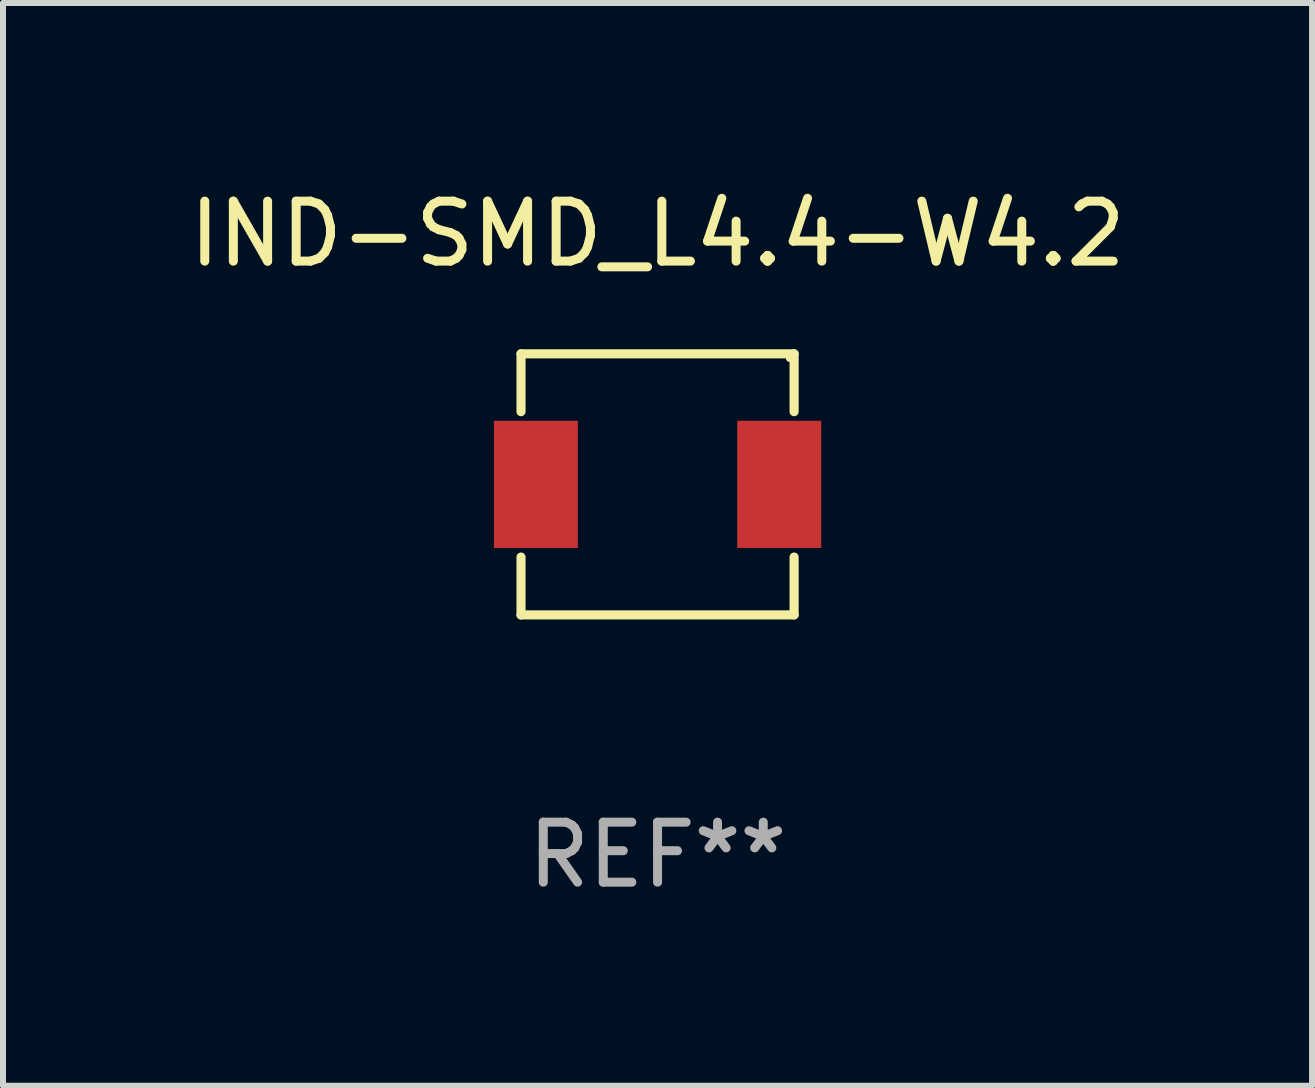
<source format=kicad_pcb>
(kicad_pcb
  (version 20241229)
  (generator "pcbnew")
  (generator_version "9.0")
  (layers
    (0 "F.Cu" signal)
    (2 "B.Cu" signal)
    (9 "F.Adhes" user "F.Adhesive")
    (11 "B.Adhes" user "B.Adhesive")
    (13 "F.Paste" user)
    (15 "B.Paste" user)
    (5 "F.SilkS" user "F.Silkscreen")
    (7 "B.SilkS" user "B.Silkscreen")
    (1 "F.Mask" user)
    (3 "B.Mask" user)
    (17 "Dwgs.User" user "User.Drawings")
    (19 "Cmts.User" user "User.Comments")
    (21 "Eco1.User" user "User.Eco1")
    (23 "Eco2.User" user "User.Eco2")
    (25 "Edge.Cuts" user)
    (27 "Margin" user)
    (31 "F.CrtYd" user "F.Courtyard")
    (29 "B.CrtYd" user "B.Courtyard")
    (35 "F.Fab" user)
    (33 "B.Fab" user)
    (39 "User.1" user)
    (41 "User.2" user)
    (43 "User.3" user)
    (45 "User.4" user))
  (footprint "IND-SMD_L4.4-W4.2"
    (layer "F.Cu")
    (at 7.911 5.024)
    (property "Reference" "IND-SMD_L4.4-W4.2" (at 0 -4.176 0) (layer "F.SilkS") (effects (font (size 1 1) (thickness 0.15))))
    (attr through_hole)
    (fp_line (start -2.276 -2.176) (end 2.276 -2.176) (stroke (width 0.152) (type solid)) (layer "F.SilkS"))
    (fp_line (start -2.276 -1.212) (end -2.276 -2.176) (stroke (width 0.152) (type solid)) (layer "F.SilkS"))
    (fp_line (start -2.276 1.212) (end -2.276 2.176) (stroke (width 0.152) (type solid)) (layer "F.SilkS"))
    (fp_line (start -2.276 2.176) (end 2.276 2.176) (stroke (width 0.152) (type solid)) (layer "F.SilkS"))
    (fp_line (start 2.276 -2.176) (end 2.276 -1.212) (stroke (width 0.152) (type solid)) (layer "F.SilkS"))
    (fp_line (start 2.276 2.176) (end 2.276 1.212) (stroke (width 0.152) (type solid)) (layer "F.SilkS"))
    (fp_circle (center 2.2 -2.1) (end 2.23 -2.1) (stroke (width 0.06) (type solid)) (fill no) (layer "F.SilkS"))
    (fp_text user "REF**" (at 0 6.176 0) (layer "F.Fab") (effects (font (size 1 1) (thickness 0.15))))
    (pad "1" smd rect (at 2.028 0) (size 1.4 2.12) (layers "F.Cu" "F.Mask" "F.Paste"))
    (pad "2" smd rect (at -2.028 0) (size 1.4 2.12) (layers "F.Cu" "F.Mask" "F.Paste")))
  (gr_rect
    (start -3 -3)
    (end 18.821 15.049)
    (stroke (width 0.1) (type default))
    (fill no)
    (layer "Edge.Cuts")))
</source>
